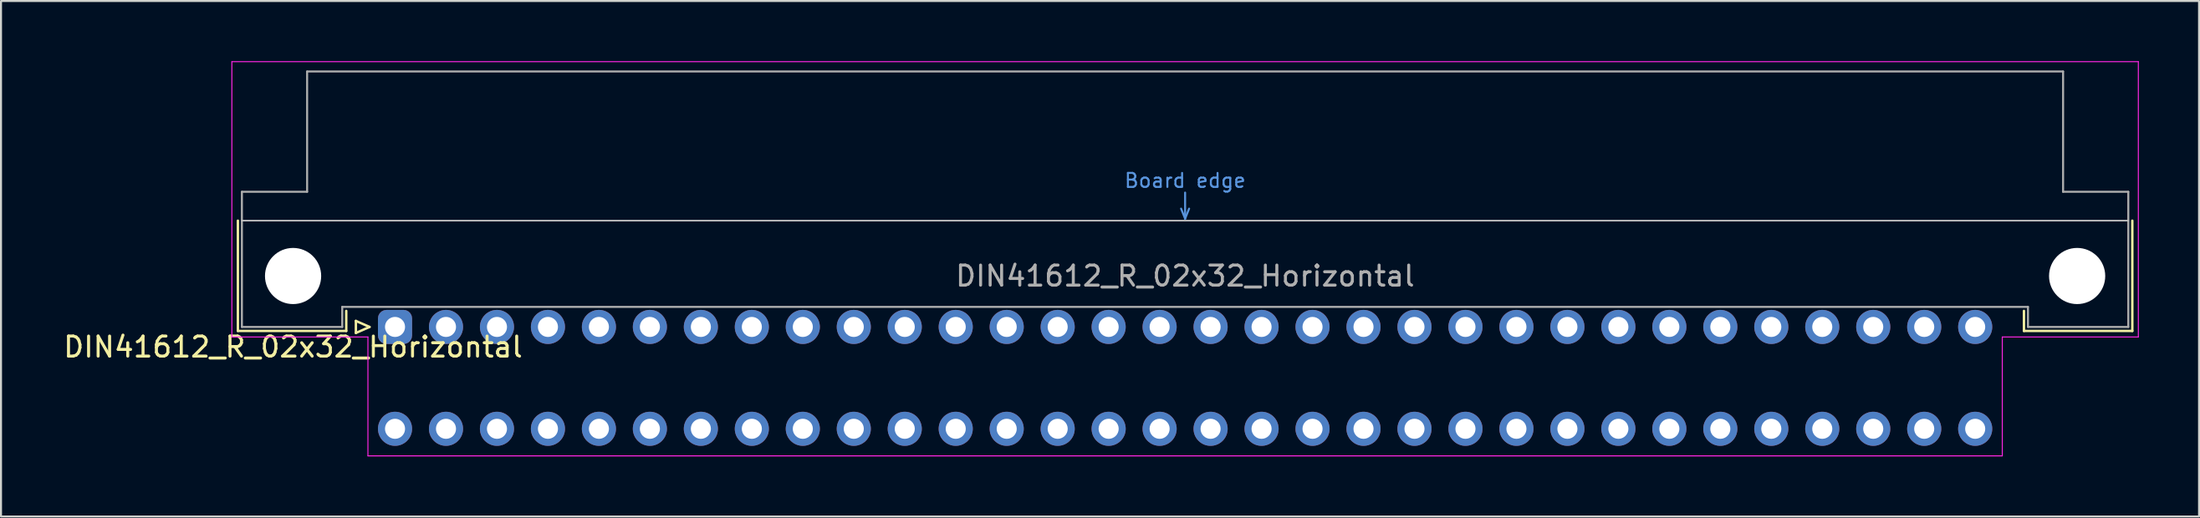
<source format=kicad_pcb>
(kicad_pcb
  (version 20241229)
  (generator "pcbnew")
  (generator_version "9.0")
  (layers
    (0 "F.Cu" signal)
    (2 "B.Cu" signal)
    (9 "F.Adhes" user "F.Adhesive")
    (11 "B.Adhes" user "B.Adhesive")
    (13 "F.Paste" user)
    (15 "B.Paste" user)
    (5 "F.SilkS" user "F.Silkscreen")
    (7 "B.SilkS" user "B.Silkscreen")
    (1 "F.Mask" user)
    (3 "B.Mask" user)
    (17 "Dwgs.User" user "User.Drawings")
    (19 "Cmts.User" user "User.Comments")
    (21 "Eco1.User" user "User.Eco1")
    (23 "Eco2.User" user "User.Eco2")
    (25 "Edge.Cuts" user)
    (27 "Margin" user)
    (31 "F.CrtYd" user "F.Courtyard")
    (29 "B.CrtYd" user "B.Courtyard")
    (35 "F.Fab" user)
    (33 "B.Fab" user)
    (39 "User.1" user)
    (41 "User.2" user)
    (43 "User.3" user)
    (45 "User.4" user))
  (footprint "DIN41612_R_02x32_Horizontal"
    (layer "F.Cu")
    (at 16.634 13.255)
    (property "Reference" "DIN41612_R_02x32_Horizontal" (at -5.08 1 0) (layer "F.SilkS") (effects (font (size 1 1) (thickness 0.15))))
    (attr through_hole)
    (fp_line (start -7.83 -5.3) (end -7.83 0.2) (stroke (width 0.12) (type solid)) (layer "F.SilkS"))
    (fp_line (start -7.83 0.2) (end -2.43 0.2) (stroke (width 0.12) (type solid)) (layer "F.SilkS"))
    (fp_line (start -2.43 0.2) (end -2.43 -0.8) (stroke (width 0.12) (type solid)) (layer "F.SilkS"))
    (fp_line (start -1.95 -0.3) (end -1.95 0.3) (stroke (width 0.12) (type solid)) (layer "F.SilkS"))
    (fp_line (start -1.95 0.3) (end -1.27 0) (stroke (width 0.12) (type solid)) (layer "F.SilkS"))
    (fp_line (start -1.27 0) (end -1.95 -0.3) (stroke (width 0.12) (type solid)) (layer "F.SilkS"))
    (fp_line (start 81.17 0.2) (end 81.17 -0.8) (stroke (width 0.12) (type solid)) (layer "F.SilkS"))
    (fp_line (start 86.57 -5.3) (end 86.57 0.2) (stroke (width 0.12) (type solid)) (layer "F.SilkS"))
    (fp_line (start 86.57 0.2) (end 81.17 0.2) (stroke (width 0.12) (type solid)) (layer "F.SilkS"))
    (fp_line (start -7.63 -5.3) (end 86.37 -5.3) (stroke (width 0.08) (type solid)) (layer "Dwgs.User"))
    (fp_line (start 39.17 -5.9) (end 39.37 -5.4) (stroke (width 0.1) (type solid)) (layer "Cmts.User"))
    (fp_line (start 39.37 -5.4) (end 39.37 -6.7) (stroke (width 0.1) (type solid)) (layer "Cmts.User"))
    (fp_line (start 39.37 -5.4) (end 39.57 -5.9) (stroke (width 0.1) (type solid)) (layer "Cmts.User"))
    (fp_line (start -8.13 -13.23) (end -8.13 0.5) (stroke (width 0.05) (type solid)) (layer "F.CrtYd"))
    (fp_line (start -8.13 0.5) (end -1.35 0.5) (stroke (width 0.05) (type solid)) (layer "F.CrtYd"))
    (fp_line (start -1.35 0.5) (end -1.35 6.43) (stroke (width 0.05) (type solid)) (layer "F.CrtYd"))
    (fp_line (start -1.35 6.43) (end 80.09 6.43) (stroke (width 0.05) (type solid)) (layer "F.CrtYd"))
    (fp_line (start 80.09 0.5) (end 86.87 0.5) (stroke (width 0.05) (type solid)) (layer "F.CrtYd"))
    (fp_line (start 80.09 6.43) (end 80.09 0.5) (stroke (width 0.05) (type solid)) (layer "F.CrtYd"))
    (fp_line (start 86.87 -13.23) (end -8.13 -13.23) (stroke (width 0.05) (type solid)) (layer "F.CrtYd"))
    (fp_line (start 86.87 0.5) (end 86.87 -13.23) (stroke (width 0.05) (type solid)) (layer "F.CrtYd"))
    (fp_line (start -7.63 -6.74) (end -7.63 0) (stroke (width 0.1) (type solid)) (layer "F.Fab"))
    (fp_line (start -7.63 0) (end -2.63 0) (stroke (width 0.1) (type solid)) (layer "F.Fab"))
    (fp_line (start -4.38 -12.74) (end -4.38 -6.74) (stroke (width 0.1) (type solid)) (layer "F.Fab"))
    (fp_line (start -4.38 -6.74) (end -7.63 -6.74) (stroke (width 0.1) (type solid)) (layer "F.Fab"))
    (fp_line (start -2.63 -1) (end 81.37 -1) (stroke (width 0.1) (type solid)) (layer "F.Fab"))
    (fp_line (start -2.63 0) (end -2.63 -1) (stroke (width 0.1) (type solid)) (layer "F.Fab"))
    (fp_line (start 81.37 -1) (end 81.37 0) (stroke (width 0.1) (type solid)) (layer "F.Fab"))
    (fp_line (start 81.37 0) (end 86.37 0) (stroke (width 0.1) (type solid)) (layer "F.Fab"))
    (fp_line (start 83.12 -12.74) (end -4.38 -12.74) (stroke (width 0.1) (type solid)) (layer "F.Fab"))
    (fp_line (start 83.12 -6.74) (end 83.12 -12.74) (stroke (width 0.1) (type solid)) (layer "F.Fab"))
    (fp_line (start 86.37 -6.74) (end 83.12 -6.74) (stroke (width 0.1) (type solid)) (layer "F.Fab"))
    (fp_line (start 86.37 0) (end 86.37 -6.74) (stroke (width 0.1) (type solid)) (layer "F.Fab"))
    (fp_text user "Board edge" (at 39.37 -7.3 0) (layer "Cmts.User") (effects (font (size 0.7 0.7) (thickness 0.1))))
    (fp_text user "${REFERENCE}" (at 39.37 -2.54 0) (layer "F.Fab") (effects (font (size 1 1) (thickness 0.15))))
    (pad "" np_thru_hole circle (at -5.08 -2.54) (size 2.8 2.8) (drill 2.8) (layers "*.Cu" "*.Mask"))
    (pad "" np_thru_hole circle (at 83.82 -2.54) (size 2.8 2.8) (drill 2.8) (layers "*.Cu" "*.Mask"))
    (pad "a1" thru_hole roundrect (at 0 0) (size 1.7 1.7) (drill 1) (layers "*.Cu" "*.Mask") (roundrect_rratio 0.25))
    (pad "a2" thru_hole circle (at 2.54 0) (size 1.7 1.7) (drill 1) (layers "*.Cu" "*.Mask"))
    (pad "a3" thru_hole circle (at 5.08 0) (size 1.7 1.7) (drill 1) (layers "*.Cu" "*.Mask"))
    (pad "a4" thru_hole circle (at 7.62 0) (size 1.7 1.7) (drill 1) (layers "*.Cu" "*.Mask"))
    (pad "a5" thru_hole circle (at 10.16 0) (size 1.7 1.7) (drill 1) (layers "*.Cu" "*.Mask"))
    (pad "a6" thru_hole circle (at 12.7 0) (size 1.7 1.7) (drill 1) (layers "*.Cu" "*.Mask"))
    (pad "a7" thru_hole circle (at 15.24 0) (size 1.7 1.7) (drill 1) (layers "*.Cu" "*.Mask"))
    (pad "a8" thru_hole circle (at 17.78 0) (size 1.7 1.7) (drill 1) (layers "*.Cu" "*.Mask"))
    (pad "a9" thru_hole circle (at 20.32 0) (size 1.7 1.7) (drill 1) (layers "*.Cu" "*.Mask"))
    (pad "a10" thru_hole circle (at 22.86 0) (size 1.7 1.7) (drill 1) (layers "*.Cu" "*.Mask"))
    (pad "a11" thru_hole circle (at 25.4 0) (size 1.7 1.7) (drill 1) (layers "*.Cu" "*.Mask"))
    (pad "a12" thru_hole circle (at 27.94 0) (size 1.7 1.7) (drill 1) (layers "*.Cu" "*.Mask"))
    (pad "a13" thru_hole circle (at 30.48 0) (size 1.7 1.7) (drill 1) (layers "*.Cu" "*.Mask"))
    (pad "a14" thru_hole circle (at 33.02 0) (size 1.7 1.7) (drill 1) (layers "*.Cu" "*.Mask"))
    (pad "a15" thru_hole circle (at 35.56 0) (size 1.7 1.7) (drill 1) (layers "*.Cu" "*.Mask"))
    (pad "a16" thru_hole circle (at 38.1 0) (size 1.7 1.7) (drill 1) (layers "*.Cu" "*.Mask"))
    (pad "a17" thru_hole circle (at 40.64 0) (size 1.7 1.7) (drill 1) (layers "*.Cu" "*.Mask"))
    (pad "a18" thru_hole circle (at 43.18 0) (size 1.7 1.7) (drill 1) (layers "*.Cu" "*.Mask"))
    (pad "a19" thru_hole circle (at 45.72 0) (size 1.7 1.7) (drill 1) (layers "*.Cu" "*.Mask"))
    (pad "a20" thru_hole circle (at 48.26 0) (size 1.7 1.7) (drill 1) (layers "*.Cu" "*.Mask"))
    (pad "a21" thru_hole circle (at 50.8 0) (size 1.7 1.7) (drill 1) (layers "*.Cu" "*.Mask"))
    (pad "a22" thru_hole circle (at 53.34 0) (size 1.7 1.7) (drill 1) (layers "*.Cu" "*.Mask"))
    (pad "a23" thru_hole circle (at 55.88 0) (size 1.7 1.7) (drill 1) (layers "*.Cu" "*.Mask"))
    (pad "a24" thru_hole circle (at 58.42 0) (size 1.7 1.7) (drill 1) (layers "*.Cu" "*.Mask"))
    (pad "a25" thru_hole circle (at 60.96 0) (size 1.7 1.7) (drill 1) (layers "*.Cu" "*.Mask"))
    (pad "a26" thru_hole circle (at 63.5 0) (size 1.7 1.7) (drill 1) (layers "*.Cu" "*.Mask"))
    (pad "a27" thru_hole circle (at 66.04 0) (size 1.7 1.7) (drill 1) (layers "*.Cu" "*.Mask"))
    (pad "a28" thru_hole circle (at 68.58 0) (size 1.7 1.7) (drill 1) (layers "*.Cu" "*.Mask"))
    (pad "a29" thru_hole circle (at 71.12 0) (size 1.7 1.7) (drill 1) (layers "*.Cu" "*.Mask"))
    (pad "a30" thru_hole circle (at 73.66 0) (size 1.7 1.7) (drill 1) (layers "*.Cu" "*.Mask"))
    (pad "a31" thru_hole circle (at 76.2 0) (size 1.7 1.7) (drill 1) (layers "*.Cu" "*.Mask"))
    (pad "a32" thru_hole circle (at 78.74 0) (size 1.7 1.7) (drill 1) (layers "*.Cu" "*.Mask"))
    (pad "c1" thru_hole circle (at 0 5.08) (size 1.7 1.7) (drill 1) (layers "*.Cu" "*.Mask"))
    (pad "c2" thru_hole circle (at 2.54 5.08) (size 1.7 1.7) (drill 1) (layers "*.Cu" "*.Mask"))
    (pad "c3" thru_hole circle (at 5.08 5.08) (size 1.7 1.7) (drill 1) (layers "*.Cu" "*.Mask"))
    (pad "c4" thru_hole circle (at 7.62 5.08) (size 1.7 1.7) (drill 1) (layers "*.Cu" "*.Mask"))
    (pad "c5" thru_hole circle (at 10.16 5.08) (size 1.7 1.7) (drill 1) (layers "*.Cu" "*.Mask"))
    (pad "c6" thru_hole circle (at 12.7 5.08) (size 1.7 1.7) (drill 1) (layers "*.Cu" "*.Mask"))
    (pad "c7" thru_hole circle (at 15.24 5.08) (size 1.7 1.7) (drill 1) (layers "*.Cu" "*.Mask"))
    (pad "c8" thru_hole circle (at 17.78 5.08) (size 1.7 1.7) (drill 1) (layers "*.Cu" "*.Mask"))
    (pad "c9" thru_hole circle (at 20.32 5.08) (size 1.7 1.7) (drill 1) (layers "*.Cu" "*.Mask"))
    (pad "c10" thru_hole circle (at 22.86 5.08) (size 1.7 1.7) (drill 1) (layers "*.Cu" "*.Mask"))
    (pad "c11" thru_hole circle (at 25.4 5.08) (size 1.7 1.7) (drill 1) (layers "*.Cu" "*.Mask"))
    (pad "c12" thru_hole circle (at 27.94 5.08) (size 1.7 1.7) (drill 1) (layers "*.Cu" "*.Mask"))
    (pad "c13" thru_hole circle (at 30.48 5.08) (size 1.7 1.7) (drill 1) (layers "*.Cu" "*.Mask"))
    (pad "c14" thru_hole circle (at 33.02 5.08) (size 1.7 1.7) (drill 1) (layers "*.Cu" "*.Mask"))
    (pad "c15" thru_hole circle (at 35.56 5.08) (size 1.7 1.7) (drill 1) (layers "*.Cu" "*.Mask"))
    (pad "c16" thru_hole circle (at 38.1 5.08) (size 1.7 1.7) (drill 1) (layers "*.Cu" "*.Mask"))
    (pad "c17" thru_hole circle (at 40.64 5.08) (size 1.7 1.7) (drill 1) (layers "*.Cu" "*.Mask"))
    (pad "c18" thru_hole circle (at 43.18 5.08) (size 1.7 1.7) (drill 1) (layers "*.Cu" "*.Mask"))
    (pad "c19" thru_hole circle (at 45.72 5.08) (size 1.7 1.7) (drill 1) (layers "*.Cu" "*.Mask"))
    (pad "c20" thru_hole circle (at 48.26 5.08) (size 1.7 1.7) (drill 1) (layers "*.Cu" "*.Mask"))
    (pad "c21" thru_hole circle (at 50.8 5.08) (size 1.7 1.7) (drill 1) (layers "*.Cu" "*.Mask"))
    (pad "c22" thru_hole circle (at 53.34 5.08) (size 1.7 1.7) (drill 1) (layers "*.Cu" "*.Mask"))
    (pad "c23" thru_hole circle (at 55.88 5.08) (size 1.7 1.7) (drill 1) (layers "*.Cu" "*.Mask"))
    (pad "c24" thru_hole circle (at 58.42 5.08) (size 1.7 1.7) (drill 1) (layers "*.Cu" "*.Mask"))
    (pad "c25" thru_hole circle (at 60.96 5.08) (size 1.7 1.7) (drill 1) (layers "*.Cu" "*.Mask"))
    (pad "c26" thru_hole circle (at 63.5 5.08) (size 1.7 1.7) (drill 1) (layers "*.Cu" "*.Mask"))
    (pad "c27" thru_hole circle (at 66.04 5.08) (size 1.7 1.7) (drill 1) (layers "*.Cu" "*.Mask"))
    (pad "c28" thru_hole circle (at 68.58 5.08) (size 1.7 1.7) (drill 1) (layers "*.Cu" "*.Mask"))
    (pad "c29" thru_hole circle (at 71.12 5.08) (size 1.7 1.7) (drill 1) (layers "*.Cu" "*.Mask"))
    (pad "c30" thru_hole circle (at 73.66 5.08) (size 1.7 1.7) (drill 1) (layers "*.Cu" "*.Mask"))
    (pad "c31" thru_hole circle (at 76.2 5.08) (size 1.7 1.7) (drill 1) (layers "*.Cu" "*.Mask"))
    (pad "c32" thru_hole circle (at 78.74 5.08) (size 1.7 1.7) (drill 1) (layers "*.Cu" "*.Mask")))
  (gr_rect
    (start -3 -3)
    (end 106.529 22.71)
    (stroke (width 0.1) (type default))
    (fill no)
    (layer "Edge.Cuts")))
</source>
